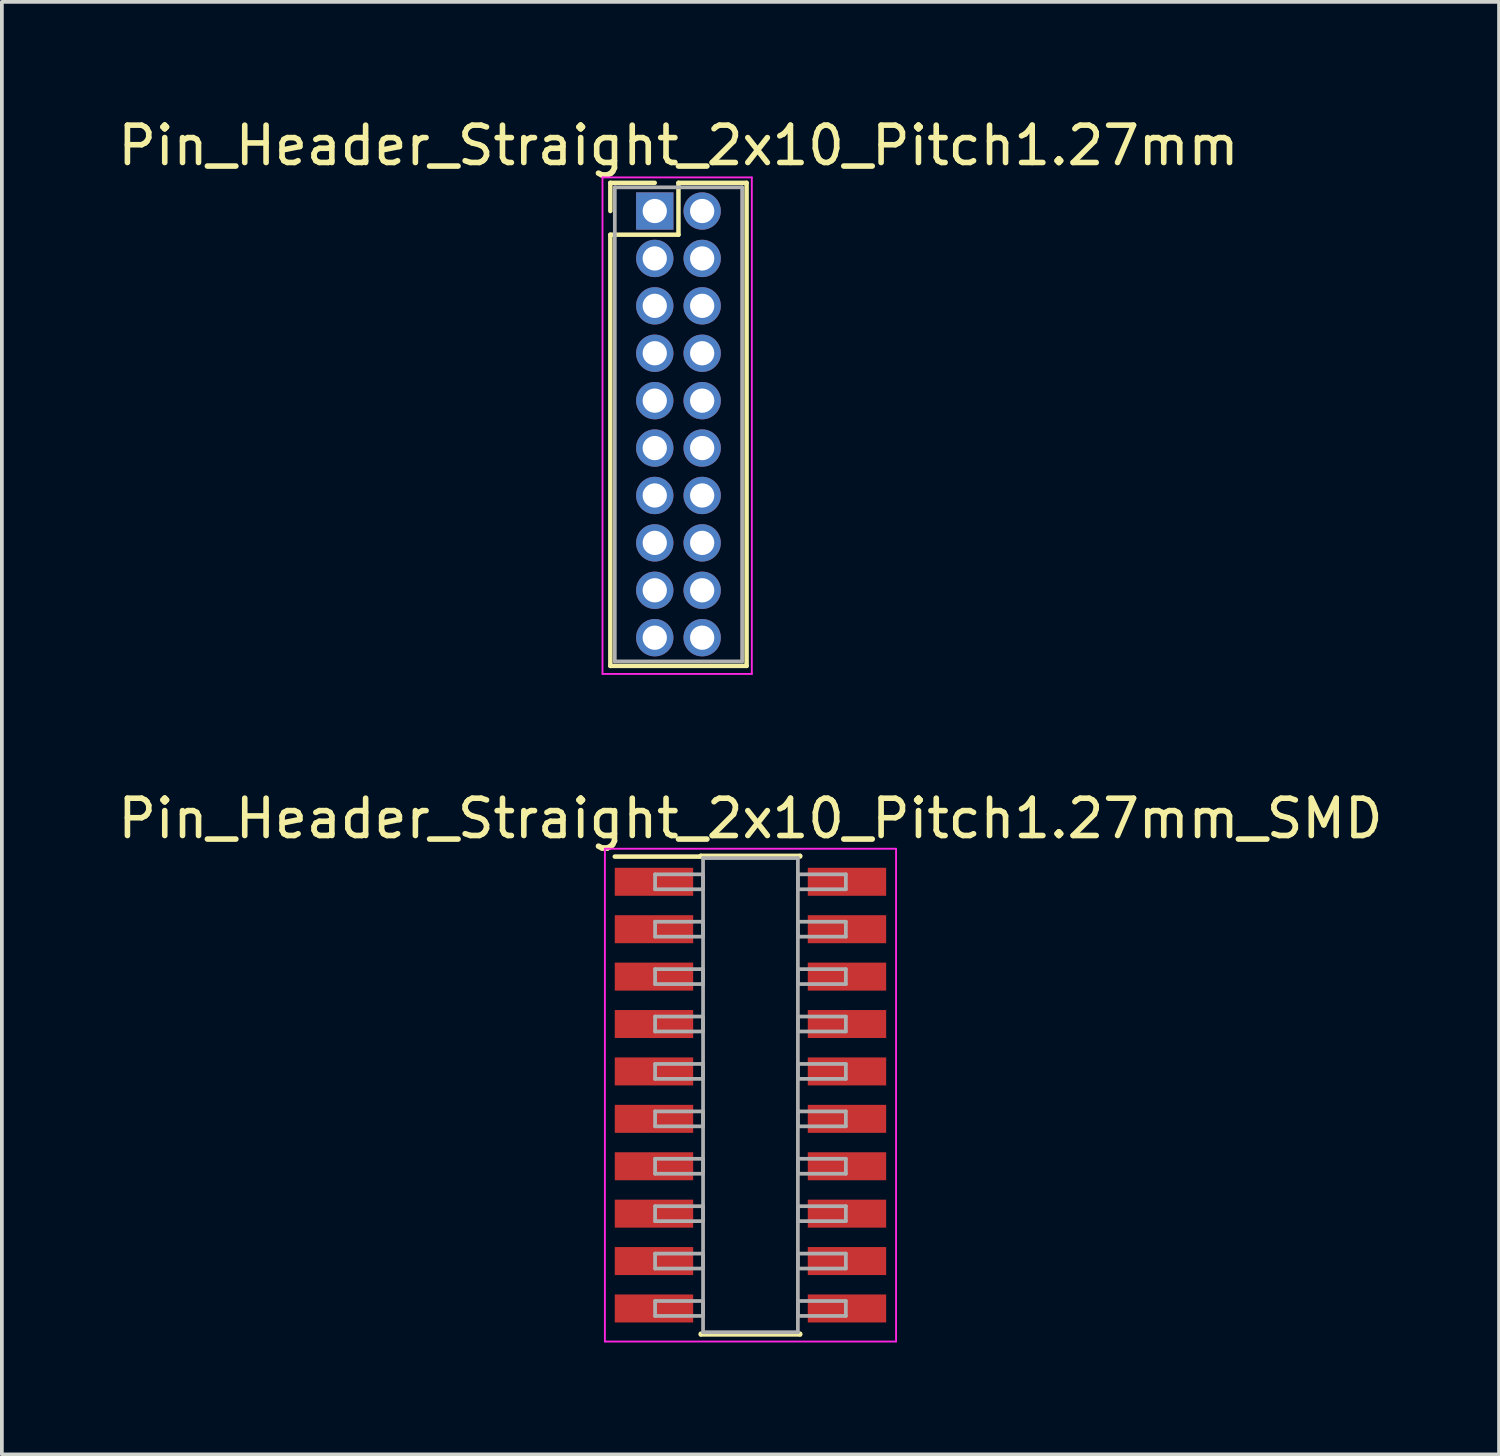
<source format=kicad_pcb>
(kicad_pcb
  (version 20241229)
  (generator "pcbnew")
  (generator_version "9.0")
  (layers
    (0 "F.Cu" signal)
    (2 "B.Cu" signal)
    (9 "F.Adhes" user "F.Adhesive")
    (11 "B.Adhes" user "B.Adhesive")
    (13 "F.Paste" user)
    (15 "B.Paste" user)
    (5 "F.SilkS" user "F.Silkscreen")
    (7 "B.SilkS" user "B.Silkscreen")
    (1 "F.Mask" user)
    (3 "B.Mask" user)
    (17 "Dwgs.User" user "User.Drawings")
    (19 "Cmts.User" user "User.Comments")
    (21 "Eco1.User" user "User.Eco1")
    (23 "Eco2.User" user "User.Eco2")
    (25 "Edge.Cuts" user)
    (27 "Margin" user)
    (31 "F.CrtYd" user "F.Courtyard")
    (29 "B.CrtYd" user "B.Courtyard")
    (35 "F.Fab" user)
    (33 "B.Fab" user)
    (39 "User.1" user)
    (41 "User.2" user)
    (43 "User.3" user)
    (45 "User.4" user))
  (footprint "Pin_Header_Straight_2x10_Pitch1.27mm"
    (layer "F.Cu")
    (at 14.49 2.603)
    (property "Reference" "Pin_Header_Straight_2x10_Pitch1.27mm" (at 0.635 -1.755 0) (layer "F.SilkS") (effects (font (size 1 1) (thickness 0.15))))
    (attr through_hole)
    (fp_line (start -1.19 -0.755) (end 0 -0.755) (stroke (width 0.12) (type solid)) (layer "F.SilkS"))
    (fp_line (start -1.19 0) (end -1.19 -0.755) (stroke (width 0.12) (type solid)) (layer "F.SilkS"))
    (fp_line (start -1.19 0.635) (end -1.19 12.185) (stroke (width 0.12) (type solid)) (layer "F.SilkS"))
    (fp_line (start -1.19 12.185) (end 2.46 12.185) (stroke (width 0.12) (type solid)) (layer "F.SilkS"))
    (fp_line (start 0.635 -0.755) (end 0.635 0.635) (stroke (width 0.12) (type solid)) (layer "F.SilkS"))
    (fp_line (start 0.635 0.635) (end -1.19 0.635) (stroke (width 0.12) (type solid)) (layer "F.SilkS"))
    (fp_line (start 2.46 -0.755) (end 0.635 -0.755) (stroke (width 0.12) (type solid)) (layer "F.SilkS"))
    (fp_line (start 2.46 12.185) (end 2.46 -0.755) (stroke (width 0.12) (type solid)) (layer "F.SilkS"))
    (fp_line (start -1.4 -0.9) (end -1.4 12.4) (stroke (width 0.05) (type solid)) (layer "F.CrtYd"))
    (fp_line (start -1.4 12.4) (end 2.6 12.4) (stroke (width 0.05) (type solid)) (layer "F.CrtYd"))
    (fp_line (start 2.6 -0.9) (end -1.4 -0.9) (stroke (width 0.05) (type solid)) (layer "F.CrtYd"))
    (fp_line (start 2.6 12.4) (end 2.6 -0.9) (stroke (width 0.05) (type solid)) (layer "F.CrtYd"))
    (fp_line (start -1.07 -0.635) (end -1.07 12.065) (stroke (width 0.1) (type solid)) (layer "F.Fab"))
    (fp_line (start -1.07 12.065) (end 2.34 12.065) (stroke (width 0.1) (type solid)) (layer "F.Fab"))
    (fp_line (start 2.34 -0.635) (end -1.07 -0.635) (stroke (width 0.1) (type solid)) (layer "F.Fab"))
    (fp_line (start 2.34 12.065) (end 2.34 -0.635) (stroke (width 0.1) (type solid)) (layer "F.Fab"))
    (pad "1" thru_hole rect (at 0 0) (size 1 1) (drill 0.65) (layers "*.Cu" "*.Mask"))
    (pad "2" thru_hole oval (at 1.27 0) (size 1 1) (drill 0.65) (layers "*.Cu" "*.Mask"))
    (pad "3" thru_hole oval (at 0 1.27) (size 1 1) (drill 0.65) (layers "*.Cu" "*.Mask"))
    (pad "4" thru_hole oval (at 1.27 1.27) (size 1 1) (drill 0.65) (layers "*.Cu" "*.Mask"))
    (pad "5" thru_hole oval (at 0 2.54) (size 1 1) (drill 0.65) (layers "*.Cu" "*.Mask"))
    (pad "6" thru_hole oval (at 1.27 2.54) (size 1 1) (drill 0.65) (layers "*.Cu" "*.Mask"))
    (pad "7" thru_hole oval (at 0 3.81) (size 1 1) (drill 0.65) (layers "*.Cu" "*.Mask"))
    (pad "8" thru_hole oval (at 1.27 3.81) (size 1 1) (drill 0.65) (layers "*.Cu" "*.Mask"))
    (pad "9" thru_hole oval (at 0 5.08) (size 1 1) (drill 0.65) (layers "*.Cu" "*.Mask"))
    (pad "10" thru_hole oval (at 1.27 5.08) (size 1 1) (drill 0.65) (layers "*.Cu" "*.Mask"))
    (pad "11" thru_hole oval (at 0 6.35) (size 1 1) (drill 0.65) (layers "*.Cu" "*.Mask"))
    (pad "12" thru_hole oval (at 1.27 6.35) (size 1 1) (drill 0.65) (layers "*.Cu" "*.Mask"))
    (pad "13" thru_hole oval (at 0 7.62) (size 1 1) (drill 0.65) (layers "*.Cu" "*.Mask"))
    (pad "14" thru_hole oval (at 1.27 7.62) (size 1 1) (drill 0.65) (layers "*.Cu" "*.Mask"))
    (pad "15" thru_hole oval (at 0 8.89) (size 1 1) (drill 0.65) (layers "*.Cu" "*.Mask"))
    (pad "16" thru_hole oval (at 1.27 8.89) (size 1 1) (drill 0.65) (layers "*.Cu" "*.Mask"))
    (pad "17" thru_hole oval (at 0 10.16) (size 1 1) (drill 0.65) (layers "*.Cu" "*.Mask"))
    (pad "18" thru_hole oval (at 1.27 10.16) (size 1 1) (drill 0.65) (layers "*.Cu" "*.Mask"))
    (pad "19" thru_hole oval (at 0 11.43) (size 1 1) (drill 0.65) (layers "*.Cu" "*.Mask"))
    (pad "20" thru_hole oval (at 1.27 11.43) (size 1 1) (drill 0.65) (layers "*.Cu" "*.Mask")))
  (footprint "Pin_Header_Straight_2x10_Pitch1.27mm_SMD"
    (layer "F.Cu")
    (at 17.054 26.287)
    (property "Reference" "Pin_Header_Straight_2x10_Pitch1.27mm_SMD" (at 0 -7.41 0) (layer "F.SilkS") (effects (font (size 1 1) (thickness 0.15))))
    (attr smd)
    (fp_line (start -3.635 -6.39) (end -1.33 -6.39) (stroke (width 0.12) (type solid)) (layer "F.SilkS"))
    (fp_line (start -1.33 -6.41) (end 1.33 -6.41) (stroke (width 0.12) (type solid)) (layer "F.SilkS"))
    (fp_line (start -1.33 -6.39) (end -1.33 -6.41) (stroke (width 0.12) (type solid)) (layer "F.SilkS"))
    (fp_line (start -1.33 6.39) (end -1.33 6.41) (stroke (width 0.12) (type solid)) (layer "F.SilkS"))
    (fp_line (start -1.33 6.41) (end 1.33 6.41) (stroke (width 0.12) (type solid)) (layer "F.SilkS"))
    (fp_line (start 1.33 -6.41) (end 1.33 -6.39) (stroke (width 0.12) (type solid)) (layer "F.SilkS"))
    (fp_line (start 1.33 6.41) (end 1.33 6.39) (stroke (width 0.12) (type solid)) (layer "F.SilkS"))
    (fp_line (start -3.9 -6.6) (end -3.9 6.6) (stroke (width 0.05) (type solid)) (layer "F.CrtYd"))
    (fp_line (start -3.9 6.6) (end 3.9 6.6) (stroke (width 0.05) (type solid)) (layer "F.CrtYd"))
    (fp_line (start 3.9 -6.6) (end -3.9 -6.6) (stroke (width 0.05) (type solid)) (layer "F.CrtYd"))
    (fp_line (start 3.9 6.6) (end 3.9 -6.6) (stroke (width 0.05) (type solid)) (layer "F.CrtYd"))
    (fp_line (start -2.555 -5.915) (end -1.27 -5.915) (stroke (width 0.1) (type solid)) (layer "F.Fab"))
    (fp_line (start -2.555 -5.515) (end -2.555 -5.915) (stroke (width 0.1) (type solid)) (layer "F.Fab"))
    (fp_line (start -2.555 -4.645) (end -1.27 -4.645) (stroke (width 0.1) (type solid)) (layer "F.Fab"))
    (fp_line (start -2.555 -4.245) (end -2.555 -4.645) (stroke (width 0.1) (type solid)) (layer "F.Fab"))
    (fp_line (start -2.555 -3.375) (end -1.27 -3.375) (stroke (width 0.1) (type solid)) (layer "F.Fab"))
    (fp_line (start -2.555 -2.975) (end -2.555 -3.375) (stroke (width 0.1) (type solid)) (layer "F.Fab"))
    (fp_line (start -2.555 -2.105) (end -1.27 -2.105) (stroke (width 0.1) (type solid)) (layer "F.Fab"))
    (fp_line (start -2.555 -1.705) (end -2.555 -2.105) (stroke (width 0.1) (type solid)) (layer "F.Fab"))
    (fp_line (start -2.555 -0.835) (end -1.27 -0.835) (stroke (width 0.1) (type solid)) (layer "F.Fab"))
    (fp_line (start -2.555 -0.435) (end -2.555 -0.835) (stroke (width 0.1) (type solid)) (layer "F.Fab"))
    (fp_line (start -2.555 0.435) (end -1.27 0.435) (stroke (width 0.1) (type solid)) (layer "F.Fab"))
    (fp_line (start -2.555 0.835) (end -2.555 0.435) (stroke (width 0.1) (type solid)) (layer "F.Fab"))
    (fp_line (start -2.555 1.705) (end -1.27 1.705) (stroke (width 0.1) (type solid)) (layer "F.Fab"))
    (fp_line (start -2.555 2.105) (end -2.555 1.705) (stroke (width 0.1) (type solid)) (layer "F.Fab"))
    (fp_line (start -2.555 2.975) (end -1.27 2.975) (stroke (width 0.1) (type solid)) (layer "F.Fab"))
    (fp_line (start -2.555 3.375) (end -2.555 2.975) (stroke (width 0.1) (type solid)) (layer "F.Fab"))
    (fp_line (start -2.555 4.245) (end -1.27 4.245) (stroke (width 0.1) (type solid)) (layer "F.Fab"))
    (fp_line (start -2.555 4.645) (end -2.555 4.245) (stroke (width 0.1) (type solid)) (layer "F.Fab"))
    (fp_line (start -2.555 5.515) (end -1.27 5.515) (stroke (width 0.1) (type solid)) (layer "F.Fab"))
    (fp_line (start -2.555 5.915) (end -2.555 5.515) (stroke (width 0.1) (type solid)) (layer "F.Fab"))
    (fp_line (start -1.27 -6.35) (end -1.27 6.35) (stroke (width 0.1) (type solid)) (layer "F.Fab"))
    (fp_line (start -1.27 -5.915) (end -1.27 -5.515) (stroke (width 0.1) (type solid)) (layer "F.Fab"))
    (fp_line (start -1.27 -5.515) (end -2.555 -5.515) (stroke (width 0.1) (type solid)) (layer "F.Fab"))
    (fp_line (start -1.27 -4.645) (end -1.27 -4.245) (stroke (width 0.1) (type solid)) (layer "F.Fab"))
    (fp_line (start -1.27 -4.245) (end -2.555 -4.245) (stroke (width 0.1) (type solid)) (layer "F.Fab"))
    (fp_line (start -1.27 -3.375) (end -1.27 -2.975) (stroke (width 0.1) (type solid)) (layer "F.Fab"))
    (fp_line (start -1.27 -2.975) (end -2.555 -2.975) (stroke (width 0.1) (type solid)) (layer "F.Fab"))
    (fp_line (start -1.27 -2.105) (end -1.27 -1.705) (stroke (width 0.1) (type solid)) (layer "F.Fab"))
    (fp_line (start -1.27 -1.705) (end -2.555 -1.705) (stroke (width 0.1) (type solid)) (layer "F.Fab"))
    (fp_line (start -1.27 -0.835) (end -1.27 -0.435) (stroke (width 0.1) (type solid)) (layer "F.Fab"))
    (fp_line (start -1.27 -0.435) (end -2.555 -0.435) (stroke (width 0.1) (type solid)) (layer "F.Fab"))
    (fp_line (start -1.27 0.435) (end -1.27 0.835) (stroke (width 0.1) (type solid)) (layer "F.Fab"))
    (fp_line (start -1.27 0.835) (end -2.555 0.835) (stroke (width 0.1) (type solid)) (layer "F.Fab"))
    (fp_line (start -1.27 1.705) (end -1.27 2.105) (stroke (width 0.1) (type solid)) (layer "F.Fab"))
    (fp_line (start -1.27 2.105) (end -2.555 2.105) (stroke (width 0.1) (type solid)) (layer "F.Fab"))
    (fp_line (start -1.27 2.975) (end -1.27 3.375) (stroke (width 0.1) (type solid)) (layer "F.Fab"))
    (fp_line (start -1.27 3.375) (end -2.555 3.375) (stroke (width 0.1) (type solid)) (layer "F.Fab"))
    (fp_line (start -1.27 4.245) (end -1.27 4.645) (stroke (width 0.1) (type solid)) (layer "F.Fab"))
    (fp_line (start -1.27 4.645) (end -2.555 4.645) (stroke (width 0.1) (type solid)) (layer "F.Fab"))
    (fp_line (start -1.27 5.515) (end -1.27 5.915) (stroke (width 0.1) (type solid)) (layer "F.Fab"))
    (fp_line (start -1.27 5.915) (end -2.555 5.915) (stroke (width 0.1) (type solid)) (layer "F.Fab"))
    (fp_line (start -1.27 6.35) (end 1.27 6.35) (stroke (width 0.1) (type solid)) (layer "F.Fab"))
    (fp_line (start 1.27 -6.35) (end -1.27 -6.35) (stroke (width 0.1) (type solid)) (layer "F.Fab"))
    (fp_line (start 1.27 -5.915) (end 1.27 -5.515) (stroke (width 0.1) (type solid)) (layer "F.Fab"))
    (fp_line (start 1.27 -5.515) (end 2.555 -5.515) (stroke (width 0.1) (type solid)) (layer "F.Fab"))
    (fp_line (start 1.27 -4.645) (end 1.27 -4.245) (stroke (width 0.1) (type solid)) (layer "F.Fab"))
    (fp_line (start 1.27 -4.245) (end 2.555 -4.245) (stroke (width 0.1) (type solid)) (layer "F.Fab"))
    (fp_line (start 1.27 -3.375) (end 1.27 -2.975) (stroke (width 0.1) (type solid)) (layer "F.Fab"))
    (fp_line (start 1.27 -2.975) (end 2.555 -2.975) (stroke (width 0.1) (type solid)) (layer "F.Fab"))
    (fp_line (start 1.27 -2.105) (end 1.27 -1.705) (stroke (width 0.1) (type solid)) (layer "F.Fab"))
    (fp_line (start 1.27 -1.705) (end 2.555 -1.705) (stroke (width 0.1) (type solid)) (layer "F.Fab"))
    (fp_line (start 1.27 -0.835) (end 1.27 -0.435) (stroke (width 0.1) (type solid)) (layer "F.Fab"))
    (fp_line (start 1.27 -0.435) (end 2.555 -0.435) (stroke (width 0.1) (type solid)) (layer "F.Fab"))
    (fp_line (start 1.27 0.435) (end 1.27 0.835) (stroke (width 0.1) (type solid)) (layer "F.Fab"))
    (fp_line (start 1.27 0.835) (end 2.555 0.835) (stroke (width 0.1) (type solid)) (layer "F.Fab"))
    (fp_line (start 1.27 1.705) (end 1.27 2.105) (stroke (width 0.1) (type solid)) (layer "F.Fab"))
    (fp_line (start 1.27 2.105) (end 2.555 2.105) (stroke (width 0.1) (type solid)) (layer "F.Fab"))
    (fp_line (start 1.27 2.975) (end 1.27 3.375) (stroke (width 0.1) (type solid)) (layer "F.Fab"))
    (fp_line (start 1.27 3.375) (end 2.555 3.375) (stroke (width 0.1) (type solid)) (layer "F.Fab"))
    (fp_line (start 1.27 4.245) (end 1.27 4.645) (stroke (width 0.1) (type solid)) (layer "F.Fab"))
    (fp_line (start 1.27 4.645) (end 2.555 4.645) (stroke (width 0.1) (type solid)) (layer "F.Fab"))
    (fp_line (start 1.27 5.515) (end 1.27 5.915) (stroke (width 0.1) (type solid)) (layer "F.Fab"))
    (fp_line (start 1.27 5.915) (end 2.555 5.915) (stroke (width 0.1) (type solid)) (layer "F.Fab"))
    (fp_line (start 1.27 6.35) (end 1.27 -6.35) (stroke (width 0.1) (type solid)) (layer "F.Fab"))
    (fp_line (start 2.555 -5.915) (end 1.27 -5.915) (stroke (width 0.1) (type solid)) (layer "F.Fab"))
    (fp_line (start 2.555 -5.515) (end 2.555 -5.915) (stroke (width 0.1) (type solid)) (layer "F.Fab"))
    (fp_line (start 2.555 -4.645) (end 1.27 -4.645) (stroke (width 0.1) (type solid)) (layer "F.Fab"))
    (fp_line (start 2.555 -4.245) (end 2.555 -4.645) (stroke (width 0.1) (type solid)) (layer "F.Fab"))
    (fp_line (start 2.555 -3.375) (end 1.27 -3.375) (stroke (width 0.1) (type solid)) (layer "F.Fab"))
    (fp_line (start 2.555 -2.975) (end 2.555 -3.375) (stroke (width 0.1) (type solid)) (layer "F.Fab"))
    (fp_line (start 2.555 -2.105) (end 1.27 -2.105) (stroke (width 0.1) (type solid)) (layer "F.Fab"))
    (fp_line (start 2.555 -1.705) (end 2.555 -2.105) (stroke (width 0.1) (type solid)) (layer "F.Fab"))
    (fp_line (start 2.555 -0.835) (end 1.27 -0.835) (stroke (width 0.1) (type solid)) (layer "F.Fab"))
    (fp_line (start 2.555 -0.435) (end 2.555 -0.835) (stroke (width 0.1) (type solid)) (layer "F.Fab"))
    (fp_line (start 2.555 0.435) (end 1.27 0.435) (stroke (width 0.1) (type solid)) (layer "F.Fab"))
    (fp_line (start 2.555 0.835) (end 2.555 0.435) (stroke (width 0.1) (type solid)) (layer "F.Fab"))
    (fp_line (start 2.555 1.705) (end 1.27 1.705) (stroke (width 0.1) (type solid)) (layer "F.Fab"))
    (fp_line (start 2.555 2.105) (end 2.555 1.705) (stroke (width 0.1) (type solid)) (layer "F.Fab"))
    (fp_line (start 2.555 2.975) (end 1.27 2.975) (stroke (width 0.1) (type solid)) (layer "F.Fab"))
    (fp_line (start 2.555 3.375) (end 2.555 2.975) (stroke (width 0.1) (type solid)) (layer "F.Fab"))
    (fp_line (start 2.555 4.245) (end 1.27 4.245) (stroke (width 0.1) (type solid)) (layer "F.Fab"))
    (fp_line (start 2.555 4.645) (end 2.555 4.245) (stroke (width 0.1) (type solid)) (layer "F.Fab"))
    (fp_line (start 2.555 5.515) (end 1.27 5.515) (stroke (width 0.1) (type solid)) (layer "F.Fab"))
    (fp_line (start 2.555 5.915) (end 2.555 5.515) (stroke (width 0.1) (type solid)) (layer "F.Fab"))
    (pad "1" smd rect (at -2.585 -5.715) (size 2.1 0.75) (layers "F.Cu" "F.Mask"))
    (pad "2" smd rect (at 2.585 -5.715) (size 2.1 0.75) (layers "F.Cu" "F.Mask"))
    (pad "3" smd rect (at -2.585 -4.445) (size 2.1 0.75) (layers "F.Cu" "F.Mask"))
    (pad "4" smd rect (at 2.585 -4.445) (size 2.1 0.75) (layers "F.Cu" "F.Mask"))
    (pad "5" smd rect (at -2.585 -3.175) (size 2.1 0.75) (layers "F.Cu" "F.Mask"))
    (pad "6" smd rect (at 2.585 -3.175) (size 2.1 0.75) (layers "F.Cu" "F.Mask"))
    (pad "7" smd rect (at -2.585 -1.905) (size 2.1 0.75) (layers "F.Cu" "F.Mask"))
    (pad "8" smd rect (at 2.585 -1.905) (size 2.1 0.75) (layers "F.Cu" "F.Mask"))
    (pad "9" smd rect (at -2.585 -0.635) (size 2.1 0.75) (layers "F.Cu" "F.Mask"))
    (pad "10" smd rect (at 2.585 -0.635) (size 2.1 0.75) (layers "F.Cu" "F.Mask"))
    (pad "11" smd rect (at -2.585 0.635) (size 2.1 0.75) (layers "F.Cu" "F.Mask"))
    (pad "12" smd rect (at 2.585 0.635) (size 2.1 0.75) (layers "F.Cu" "F.Mask"))
    (pad "13" smd rect (at -2.585 1.905) (size 2.1 0.75) (layers "F.Cu" "F.Mask"))
    (pad "14" smd rect (at 2.585 1.905) (size 2.1 0.75) (layers "F.Cu" "F.Mask"))
    (pad "15" smd rect (at -2.585 3.175) (size 2.1 0.75) (layers "F.Cu" "F.Mask"))
    (pad "16" smd rect (at 2.585 3.175) (size 2.1 0.75) (layers "F.Cu" "F.Mask"))
    (pad "17" smd rect (at -2.585 4.445) (size 2.1 0.75) (layers "F.Cu" "F.Mask"))
    (pad "18" smd rect (at 2.585 4.445) (size 2.1 0.75) (layers "F.Cu" "F.Mask"))
    (pad "19" smd rect (at -2.585 5.715) (size 2.1 0.75) (layers "F.Cu" "F.Mask"))
    (pad "20" smd rect (at 2.585 5.715) (size 2.1 0.75) (layers "F.Cu" "F.Mask")))
  (gr_rect
    (start -3 -3)
    (end 37.107 35.911)
    (stroke (width 0.1) (type default))
    (fill no)
    (layer "Edge.Cuts")))
</source>
